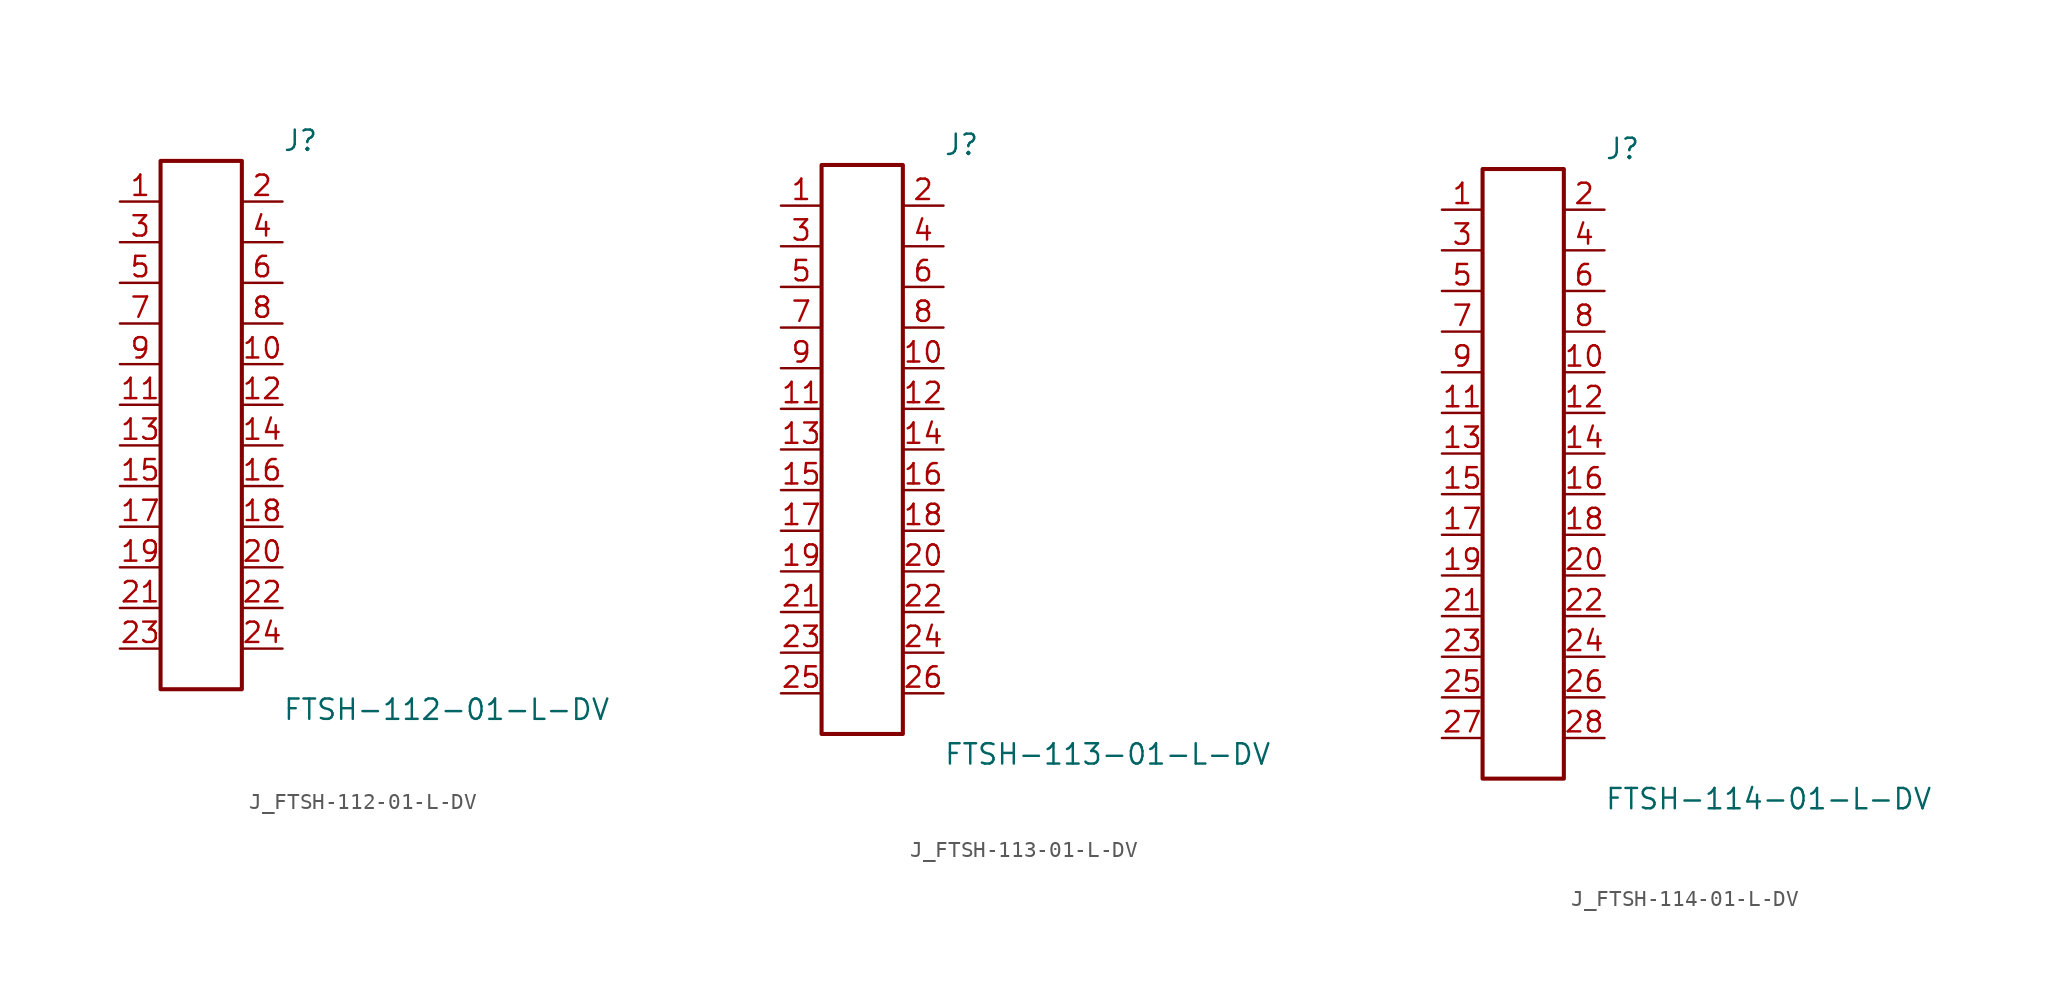
<source format=kicad_sym>
(kicad_symbol_lib
  (version 20231120)
  (generator kicad_symbol_editor)
  (generator_version 8.0)
  (symbol "J_FTSH-112-01-L-DV"
    (pin_names
      (offset 0.254))
    (property "Reference" "J"
      (at 5.08 17.78 0)
      (effects (font (size 1.27 1.27)) (justify left)))
    (property "Value" "FTSH-112-01-L-DV"
      (at 5.08 -17.78 0)
      (effects (font (size 1.27 1.27)) (justify left)))
    (symbol "J_FTSH-112-01-L-DV_0_0"
      (pin passive line (at -5.08 13.97 0) (length 2.54) (name "" (effects (font (size 1.27 1.27)))) (number "1" (effects (font (size 1.27 1.27)))))
      (pin passive line (at 5.08 13.97 180) (length 2.54) (name "" (effects (font (size 1.27 1.27)))) (number "2" (effects (font (size 1.27 1.27)))))
      (pin passive line (at -5.08 11.43 0) (length 2.54) (name "" (effects (font (size 1.27 1.27)))) (number "3" (effects (font (size 1.27 1.27)))))
      (pin passive line (at 5.08 11.43 180) (length 2.54) (name "" (effects (font (size 1.27 1.27)))) (number "4" (effects (font (size 1.27 1.27)))))
      (pin passive line (at -5.08 8.89 0) (length 2.54) (name "" (effects (font (size 1.27 1.27)))) (number "5" (effects (font (size 1.27 1.27)))))
      (pin passive line (at 5.08 8.89 180) (length 2.54) (name "" (effects (font (size 1.27 1.27)))) (number "6" (effects (font (size 1.27 1.27)))))
      (pin passive line (at -5.08 6.35 0) (length 2.54) (name "" (effects (font (size 1.27 1.27)))) (number "7" (effects (font (size 1.27 1.27)))))
      (pin passive line (at 5.08 6.35 180) (length 2.54) (name "" (effects (font (size 1.27 1.27)))) (number "8" (effects (font (size 1.27 1.27)))))
      (pin passive line (at -5.08 3.81 0) (length 2.54) (name "" (effects (font (size 1.27 1.27)))) (number "9" (effects (font (size 1.27 1.27)))))
      (pin passive line (at 5.08 3.81 180) (length 2.54) (name "" (effects (font (size 1.27 1.27)))) (number "10" (effects (font (size 1.27 1.27)))))
      (pin passive line (at -5.08 1.27 0) (length 2.54) (name "" (effects (font (size 1.27 1.27)))) (number "11" (effects (font (size 1.27 1.27)))))
      (pin passive line (at 5.08 1.27 180) (length 2.54) (name "" (effects (font (size 1.27 1.27)))) (number "12" (effects (font (size 1.27 1.27)))))
      (pin passive line (at -5.08 -1.27 0) (length 2.54) (name "" (effects (font (size 1.27 1.27)))) (number "13" (effects (font (size 1.27 1.27)))))
      (pin passive line (at 5.08 -1.27 180) (length 2.54) (name "" (effects (font (size 1.27 1.27)))) (number "14" (effects (font (size 1.27 1.27)))))
      (pin passive line (at -5.08 -3.81 0) (length 2.54) (name "" (effects (font (size 1.27 1.27)))) (number "15" (effects (font (size 1.27 1.27)))))
      (pin passive line (at 5.08 -3.81 180) (length 2.54) (name "" (effects (font (size 1.27 1.27)))) (number "16" (effects (font (size 1.27 1.27)))))
      (pin passive line (at -5.08 -6.35 0) (length 2.54) (name "" (effects (font (size 1.27 1.27)))) (number "17" (effects (font (size 1.27 1.27)))))
      (pin passive line (at 5.08 -6.35 180) (length 2.54) (name "" (effects (font (size 1.27 1.27)))) (number "18" (effects (font (size 1.27 1.27)))))
      (pin passive line (at -5.08 -8.89 0) (length 2.54) (name "" (effects (font (size 1.27 1.27)))) (number "19" (effects (font (size 1.27 1.27)))))
      (pin passive line (at 5.08 -8.89 180) (length 2.54) (name "" (effects (font (size 1.27 1.27)))) (number "20" (effects (font (size 1.27 1.27)))))
      (pin passive line (at -5.08 -11.43 0) (length 2.54) (name "" (effects (font (size 1.27 1.27)))) (number "21" (effects (font (size 1.27 1.27)))))
      (pin passive line (at 5.08 -11.43 180) (length 2.54) (name "" (effects (font (size 1.27 1.27)))) (number "22" (effects (font (size 1.27 1.27)))))
      (pin passive line (at -5.08 -13.97 0) (length 2.54) (name "" (effects (font (size 1.27 1.27)))) (number "23" (effects (font (size 1.27 1.27)))))
      (pin passive line (at 5.08 -13.97 180) (length 2.54) (name "" (effects (font (size 1.27 1.27)))) (number "24" (effects (font (size 1.27 1.27))))))
    (symbol "J_FTSH-112-01-L-DV_1_0"
      (rectangle (start -2.54 16.51) (end 2.54 -16.51) (stroke (width 0.254) (type solid)) (fill (type none)))))
  (symbol "J_FTSH-113-01-L-DV"
    (pin_names
      (offset 0.254))
    (property "Reference" "J"
      (at 5.08 19.05 0)
      (effects (font (size 1.27 1.27)) (justify left)))
    (property "Value" "FTSH-113-01-L-DV"
      (at 5.08 -19.05 0)
      (effects (font (size 1.27 1.27)) (justify left)))
    (symbol "J_FTSH-113-01-L-DV_0_0"
      (pin passive line (at -5.08 15.24 0) (length 2.54) (name "" (effects (font (size 1.27 1.27)))) (number "1" (effects (font (size 1.27 1.27)))))
      (pin passive line (at 5.08 15.24 180) (length 2.54) (name "" (effects (font (size 1.27 1.27)))) (number "2" (effects (font (size 1.27 1.27)))))
      (pin passive line (at -5.08 12.7 0) (length 2.54) (name "" (effects (font (size 1.27 1.27)))) (number "3" (effects (font (size 1.27 1.27)))))
      (pin passive line (at 5.08 12.7 180) (length 2.54) (name "" (effects (font (size 1.27 1.27)))) (number "4" (effects (font (size 1.27 1.27)))))
      (pin passive line (at -5.08 10.16 0) (length 2.54) (name "" (effects (font (size 1.27 1.27)))) (number "5" (effects (font (size 1.27 1.27)))))
      (pin passive line (at 5.08 10.16 180) (length 2.54) (name "" (effects (font (size 1.27 1.27)))) (number "6" (effects (font (size 1.27 1.27)))))
      (pin passive line (at -5.08 7.62 0) (length 2.54) (name "" (effects (font (size 1.27 1.27)))) (number "7" (effects (font (size 1.27 1.27)))))
      (pin passive line (at 5.08 7.62 180) (length 2.54) (name "" (effects (font (size 1.27 1.27)))) (number "8" (effects (font (size 1.27 1.27)))))
      (pin passive line (at -5.08 5.08 0) (length 2.54) (name "" (effects (font (size 1.27 1.27)))) (number "9" (effects (font (size 1.27 1.27)))))
      (pin passive line (at 5.08 5.08 180) (length 2.54) (name "" (effects (font (size 1.27 1.27)))) (number "10" (effects (font (size 1.27 1.27)))))
      (pin passive line (at -5.08 2.54 0) (length 2.54) (name "" (effects (font (size 1.27 1.27)))) (number "11" (effects (font (size 1.27 1.27)))))
      (pin passive line (at 5.08 2.54 180) (length 2.54) (name "" (effects (font (size 1.27 1.27)))) (number "12" (effects (font (size 1.27 1.27)))))
      (pin passive line (at -5.08 0.0 0) (length 2.54) (name "" (effects (font (size 1.27 1.27)))) (number "13" (effects (font (size 1.27 1.27)))))
      (pin passive line (at 5.08 0.0 180) (length 2.54) (name "" (effects (font (size 1.27 1.27)))) (number "14" (effects (font (size 1.27 1.27)))))
      (pin passive line (at -5.08 -2.54 0) (length 2.54) (name "" (effects (font (size 1.27 1.27)))) (number "15" (effects (font (size 1.27 1.27)))))
      (pin passive line (at 5.08 -2.54 180) (length 2.54) (name "" (effects (font (size 1.27 1.27)))) (number "16" (effects (font (size 1.27 1.27)))))
      (pin passive line (at -5.08 -5.08 0) (length 2.54) (name "" (effects (font (size 1.27 1.27)))) (number "17" (effects (font (size 1.27 1.27)))))
      (pin passive line (at 5.08 -5.08 180) (length 2.54) (name "" (effects (font (size 1.27 1.27)))) (number "18" (effects (font (size 1.27 1.27)))))
      (pin passive line (at -5.08 -7.62 0) (length 2.54) (name "" (effects (font (size 1.27 1.27)))) (number "19" (effects (font (size 1.27 1.27)))))
      (pin passive line (at 5.08 -7.62 180) (length 2.54) (name "" (effects (font (size 1.27 1.27)))) (number "20" (effects (font (size 1.27 1.27)))))
      (pin passive line (at -5.08 -10.16 0) (length 2.54) (name "" (effects (font (size 1.27 1.27)))) (number "21" (effects (font (size 1.27 1.27)))))
      (pin passive line (at 5.08 -10.16 180) (length 2.54) (name "" (effects (font (size 1.27 1.27)))) (number "22" (effects (font (size 1.27 1.27)))))
      (pin passive line (at -5.08 -12.7 0) (length 2.54) (name "" (effects (font (size 1.27 1.27)))) (number "23" (effects (font (size 1.27 1.27)))))
      (pin passive line (at 5.08 -12.7 180) (length 2.54) (name "" (effects (font (size 1.27 1.27)))) (number "24" (effects (font (size 1.27 1.27)))))
      (pin passive line (at -5.08 -15.24 0) (length 2.54) (name "" (effects (font (size 1.27 1.27)))) (number "25" (effects (font (size 1.27 1.27)))))
      (pin passive line (at 5.08 -15.24 180) (length 2.54) (name "" (effects (font (size 1.27 1.27)))) (number "26" (effects (font (size 1.27 1.27))))))
    (symbol "J_FTSH-113-01-L-DV_1_0"
      (rectangle (start -2.54 17.78) (end 2.54 -17.78) (stroke (width 0.254) (type solid)) (fill (type none)))))
  (symbol "J_FTSH-114-01-L-DV"
    (pin_names
      (offset 0.254))
    (property "Reference" "J"
      (at 5.08 20.32 0)
      (effects (font (size 1.27 1.27)) (justify left)))
    (property "Value" "FTSH-114-01-L-DV"
      (at 5.08 -20.32 0)
      (effects (font (size 1.27 1.27)) (justify left)))
    (symbol "J_FTSH-114-01-L-DV_0_0"
      (pin passive line (at -5.08 16.51 0) (length 2.54) (name "" (effects (font (size 1.27 1.27)))) (number "1" (effects (font (size 1.27 1.27)))))
      (pin passive line (at 5.08 16.51 180) (length 2.54) (name "" (effects (font (size 1.27 1.27)))) (number "2" (effects (font (size 1.27 1.27)))))
      (pin passive line (at -5.08 13.97 0) (length 2.54) (name "" (effects (font (size 1.27 1.27)))) (number "3" (effects (font (size 1.27 1.27)))))
      (pin passive line (at 5.08 13.97 180) (length 2.54) (name "" (effects (font (size 1.27 1.27)))) (number "4" (effects (font (size 1.27 1.27)))))
      (pin passive line (at -5.08 11.43 0) (length 2.54) (name "" (effects (font (size 1.27 1.27)))) (number "5" (effects (font (size 1.27 1.27)))))
      (pin passive line (at 5.08 11.43 180) (length 2.54) (name "" (effects (font (size 1.27 1.27)))) (number "6" (effects (font (size 1.27 1.27)))))
      (pin passive line (at -5.08 8.89 0) (length 2.54) (name "" (effects (font (size 1.27 1.27)))) (number "7" (effects (font (size 1.27 1.27)))))
      (pin passive line (at 5.08 8.89 180) (length 2.54) (name "" (effects (font (size 1.27 1.27)))) (number "8" (effects (font (size 1.27 1.27)))))
      (pin passive line (at -5.08 6.35 0) (length 2.54) (name "" (effects (font (size 1.27 1.27)))) (number "9" (effects (font (size 1.27 1.27)))))
      (pin passive line (at 5.08 6.35 180) (length 2.54) (name "" (effects (font (size 1.27 1.27)))) (number "10" (effects (font (size 1.27 1.27)))))
      (pin passive line (at -5.08 3.81 0) (length 2.54) (name "" (effects (font (size 1.27 1.27)))) (number "11" (effects (font (size 1.27 1.27)))))
      (pin passive line (at 5.08 3.81 180) (length 2.54) (name "" (effects (font (size 1.27 1.27)))) (number "12" (effects (font (size 1.27 1.27)))))
      (pin passive line (at -5.08 1.27 0) (length 2.54) (name "" (effects (font (size 1.27 1.27)))) (number "13" (effects (font (size 1.27 1.27)))))
      (pin passive line (at 5.08 1.27 180) (length 2.54) (name "" (effects (font (size 1.27 1.27)))) (number "14" (effects (font (size 1.27 1.27)))))
      (pin passive line (at -5.08 -1.27 0) (length 2.54) (name "" (effects (font (size 1.27 1.27)))) (number "15" (effects (font (size 1.27 1.27)))))
      (pin passive line (at 5.08 -1.27 180) (length 2.54) (name "" (effects (font (size 1.27 1.27)))) (number "16" (effects (font (size 1.27 1.27)))))
      (pin passive line (at -5.08 -3.81 0) (length 2.54) (name "" (effects (font (size 1.27 1.27)))) (number "17" (effects (font (size 1.27 1.27)))))
      (pin passive line (at 5.08 -3.81 180) (length 2.54) (name "" (effects (font (size 1.27 1.27)))) (number "18" (effects (font (size 1.27 1.27)))))
      (pin passive line (at -5.08 -6.35 0) (length 2.54) (name "" (effects (font (size 1.27 1.27)))) (number "19" (effects (font (size 1.27 1.27)))))
      (pin passive line (at 5.08 -6.35 180) (length 2.54) (name "" (effects (font (size 1.27 1.27)))) (number "20" (effects (font (size 1.27 1.27)))))
      (pin passive line (at -5.08 -8.89 0) (length 2.54) (name "" (effects (font (size 1.27 1.27)))) (number "21" (effects (font (size 1.27 1.27)))))
      (pin passive line (at 5.08 -8.89 180) (length 2.54) (name "" (effects (font (size 1.27 1.27)))) (number "22" (effects (font (size 1.27 1.27)))))
      (pin passive line (at -5.08 -11.43 0) (length 2.54) (name "" (effects (font (size 1.27 1.27)))) (number "23" (effects (font (size 1.27 1.27)))))
      (pin passive line (at 5.08 -11.43 180) (length 2.54) (name "" (effects (font (size 1.27 1.27)))) (number "24" (effects (font (size 1.27 1.27)))))
      (pin passive line (at -5.08 -13.97 0) (length 2.54) (name "" (effects (font (size 1.27 1.27)))) (number "25" (effects (font (size 1.27 1.27)))))
      (pin passive line (at 5.08 -13.97 180) (length 2.54) (name "" (effects (font (size 1.27 1.27)))) (number "26" (effects (font (size 1.27 1.27)))))
      (pin passive line (at -5.08 -16.51 0) (length 2.54) (name "" (effects (font (size 1.27 1.27)))) (number "27" (effects (font (size 1.27 1.27)))))
      (pin passive line (at 5.08 -16.51 180) (length 2.54) (name "" (effects (font (size 1.27 1.27)))) (number "28" (effects (font (size 1.27 1.27))))))
    (symbol "J_FTSH-114-01-L-DV_1_0"
      (rectangle (start -2.54 19.05) (end 2.54 -19.05) (stroke (width 0.254) (type solid)) (fill (type none))))))
</source>
